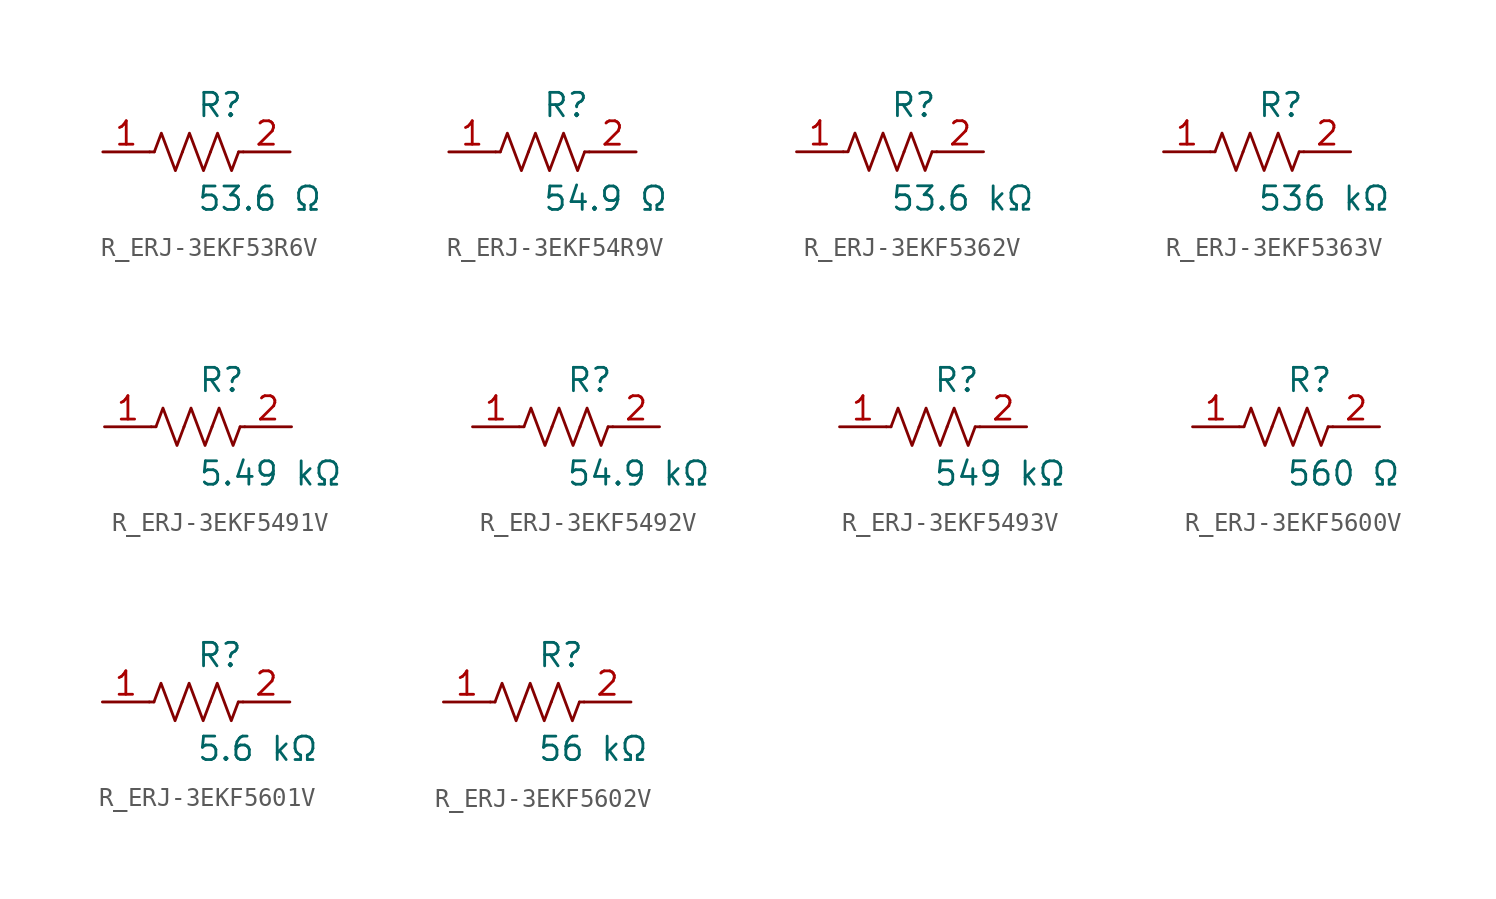
<source format=kicad_sym>
(kicad_symbol_lib
  (version 20231120)
  (generator kicad_symbol_editor)
  (generator_version 8.0)
  (symbol "R_ERJ-3EKF53R6V"
    (pin_names
      (offset 0.254))
    (property "Reference" "R"
      (at 0.0 2.54 0)
      (effects (font (size 1.27 1.27)) (justify left)))
    (property "Value" "53.6 Ω"
      (at 0.0 -2.54 0)
      (effects (font (size 1.27 1.27)) (justify left)))
    (symbol "R_ERJ-3EKF53R6V_0_1"
      (polyline (pts (xy 2.286 0) (xy 2.54 0)) (stroke (width 0) (type default)) (fill (type none)))
      (polyline (pts (xy -2.286 0) (xy -2.54 0)) (stroke (width 0) (type default)) (fill (type none)))
      (polyline (pts (xy 0.762 0) (xy 1.143 1.016) (xy 1.524 0) (xy 1.905 -1.016) (xy 2.286 0)) (stroke (width 0) (type default)) (fill (type none)))
      (polyline (pts (xy -0.762 0) (xy -0.381 1.016) (xy 0 0) (xy 0.381 -1.016) (xy 0.762 0)) (stroke (width 0) (type default)) (fill (type none)))
      (polyline (pts (xy -2.286 0) (xy -1.905 1.016) (xy -1.524 0) (xy -1.143 -1.016) (xy -0.762 0)) (stroke (width 0) (type default)) (fill (type none))))
    (pin unspecified line
      (at -5.08 0 0)
      (length 2.54)
      (name "" (effects (font (size 1.27 1.27))))
      (number "1" (effects (font (size 1.27 1.27)))))
    (pin unspecified line
      (at 5.08 0 180)
      (length 2.54)
      (name "" (effects (font (size 1.27 1.27))))
      (number "2" (effects (font (size 1.27 1.27))))))
  (symbol "R_ERJ-3EKF54R9V"
    (pin_names
      (offset 0.254))
    (property "Reference" "R"
      (at 0.0 2.54 0)
      (effects (font (size 1.27 1.27)) (justify left)))
    (property "Value" "54.9 Ω"
      (at 0.0 -2.54 0)
      (effects (font (size 1.27 1.27)) (justify left)))
    (symbol "R_ERJ-3EKF54R9V_0_1"
      (polyline (pts (xy 2.286 0) (xy 2.54 0)) (stroke (width 0) (type default)) (fill (type none)))
      (polyline (pts (xy -2.286 0) (xy -2.54 0)) (stroke (width 0) (type default)) (fill (type none)))
      (polyline (pts (xy 0.762 0) (xy 1.143 1.016) (xy 1.524 0) (xy 1.905 -1.016) (xy 2.286 0)) (stroke (width 0) (type default)) (fill (type none)))
      (polyline (pts (xy -0.762 0) (xy -0.381 1.016) (xy 0 0) (xy 0.381 -1.016) (xy 0.762 0)) (stroke (width 0) (type default)) (fill (type none)))
      (polyline (pts (xy -2.286 0) (xy -1.905 1.016) (xy -1.524 0) (xy -1.143 -1.016) (xy -0.762 0)) (stroke (width 0) (type default)) (fill (type none))))
    (pin unspecified line
      (at -5.08 0 0)
      (length 2.54)
      (name "" (effects (font (size 1.27 1.27))))
      (number "1" (effects (font (size 1.27 1.27)))))
    (pin unspecified line
      (at 5.08 0 180)
      (length 2.54)
      (name "" (effects (font (size 1.27 1.27))))
      (number "2" (effects (font (size 1.27 1.27))))))
  (symbol "R_ERJ-3EKF5362V"
    (pin_names
      (offset 0.254))
    (property "Reference" "R"
      (at 0.0 2.54 0)
      (effects (font (size 1.27 1.27)) (justify left)))
    (property "Value" "53.6 kΩ"
      (at 0.0 -2.54 0)
      (effects (font (size 1.27 1.27)) (justify left)))
    (symbol "R_ERJ-3EKF5362V_0_1"
      (polyline (pts (xy 2.286 0) (xy 2.54 0)) (stroke (width 0) (type default)) (fill (type none)))
      (polyline (pts (xy -2.286 0) (xy -2.54 0)) (stroke (width 0) (type default)) (fill (type none)))
      (polyline (pts (xy 0.762 0) (xy 1.143 1.016) (xy 1.524 0) (xy 1.905 -1.016) (xy 2.286 0)) (stroke (width 0) (type default)) (fill (type none)))
      (polyline (pts (xy -0.762 0) (xy -0.381 1.016) (xy 0 0) (xy 0.381 -1.016) (xy 0.762 0)) (stroke (width 0) (type default)) (fill (type none)))
      (polyline (pts (xy -2.286 0) (xy -1.905 1.016) (xy -1.524 0) (xy -1.143 -1.016) (xy -0.762 0)) (stroke (width 0) (type default)) (fill (type none))))
    (pin unspecified line
      (at -5.08 0 0)
      (length 2.54)
      (name "" (effects (font (size 1.27 1.27))))
      (number "1" (effects (font (size 1.27 1.27)))))
    (pin unspecified line
      (at 5.08 0 180)
      (length 2.54)
      (name "" (effects (font (size 1.27 1.27))))
      (number "2" (effects (font (size 1.27 1.27))))))
  (symbol "R_ERJ-3EKF5363V"
    (pin_names
      (offset 0.254))
    (property "Reference" "R"
      (at 0.0 2.54 0)
      (effects (font (size 1.27 1.27)) (justify left)))
    (property "Value" "536 kΩ"
      (at 0.0 -2.54 0)
      (effects (font (size 1.27 1.27)) (justify left)))
    (symbol "R_ERJ-3EKF5363V_0_1"
      (polyline (pts (xy 2.286 0) (xy 2.54 0)) (stroke (width 0) (type default)) (fill (type none)))
      (polyline (pts (xy -2.286 0) (xy -2.54 0)) (stroke (width 0) (type default)) (fill (type none)))
      (polyline (pts (xy 0.762 0) (xy 1.143 1.016) (xy 1.524 0) (xy 1.905 -1.016) (xy 2.286 0)) (stroke (width 0) (type default)) (fill (type none)))
      (polyline (pts (xy -0.762 0) (xy -0.381 1.016) (xy 0 0) (xy 0.381 -1.016) (xy 0.762 0)) (stroke (width 0) (type default)) (fill (type none)))
      (polyline (pts (xy -2.286 0) (xy -1.905 1.016) (xy -1.524 0) (xy -1.143 -1.016) (xy -0.762 0)) (stroke (width 0) (type default)) (fill (type none))))
    (pin unspecified line
      (at -5.08 0 0)
      (length 2.54)
      (name "" (effects (font (size 1.27 1.27))))
      (number "1" (effects (font (size 1.27 1.27)))))
    (pin unspecified line
      (at 5.08 0 180)
      (length 2.54)
      (name "" (effects (font (size 1.27 1.27))))
      (number "2" (effects (font (size 1.27 1.27))))))
  (symbol "R_ERJ-3EKF5491V"
    (pin_names
      (offset 0.254))
    (property "Reference" "R"
      (at 0.0 2.54 0)
      (effects (font (size 1.27 1.27)) (justify left)))
    (property "Value" "5.49 kΩ"
      (at 0.0 -2.54 0)
      (effects (font (size 1.27 1.27)) (justify left)))
    (symbol "R_ERJ-3EKF5491V_0_1"
      (polyline (pts (xy 2.286 0) (xy 2.54 0)) (stroke (width 0) (type default)) (fill (type none)))
      (polyline (pts (xy -2.286 0) (xy -2.54 0)) (stroke (width 0) (type default)) (fill (type none)))
      (polyline (pts (xy 0.762 0) (xy 1.143 1.016) (xy 1.524 0) (xy 1.905 -1.016) (xy 2.286 0)) (stroke (width 0) (type default)) (fill (type none)))
      (polyline (pts (xy -0.762 0) (xy -0.381 1.016) (xy 0 0) (xy 0.381 -1.016) (xy 0.762 0)) (stroke (width 0) (type default)) (fill (type none)))
      (polyline (pts (xy -2.286 0) (xy -1.905 1.016) (xy -1.524 0) (xy -1.143 -1.016) (xy -0.762 0)) (stroke (width 0) (type default)) (fill (type none))))
    (pin unspecified line
      (at -5.08 0 0)
      (length 2.54)
      (name "" (effects (font (size 1.27 1.27))))
      (number "1" (effects (font (size 1.27 1.27)))))
    (pin unspecified line
      (at 5.08 0 180)
      (length 2.54)
      (name "" (effects (font (size 1.27 1.27))))
      (number "2" (effects (font (size 1.27 1.27))))))
  (symbol "R_ERJ-3EKF5492V"
    (pin_names
      (offset 0.254))
    (property "Reference" "R"
      (at 0.0 2.54 0)
      (effects (font (size 1.27 1.27)) (justify left)))
    (property "Value" "54.9 kΩ"
      (at 0.0 -2.54 0)
      (effects (font (size 1.27 1.27)) (justify left)))
    (symbol "R_ERJ-3EKF5492V_0_1"
      (polyline (pts (xy 2.286 0) (xy 2.54 0)) (stroke (width 0) (type default)) (fill (type none)))
      (polyline (pts (xy -2.286 0) (xy -2.54 0)) (stroke (width 0) (type default)) (fill (type none)))
      (polyline (pts (xy 0.762 0) (xy 1.143 1.016) (xy 1.524 0) (xy 1.905 -1.016) (xy 2.286 0)) (stroke (width 0) (type default)) (fill (type none)))
      (polyline (pts (xy -0.762 0) (xy -0.381 1.016) (xy 0 0) (xy 0.381 -1.016) (xy 0.762 0)) (stroke (width 0) (type default)) (fill (type none)))
      (polyline (pts (xy -2.286 0) (xy -1.905 1.016) (xy -1.524 0) (xy -1.143 -1.016) (xy -0.762 0)) (stroke (width 0) (type default)) (fill (type none))))
    (pin unspecified line
      (at -5.08 0 0)
      (length 2.54)
      (name "" (effects (font (size 1.27 1.27))))
      (number "1" (effects (font (size 1.27 1.27)))))
    (pin unspecified line
      (at 5.08 0 180)
      (length 2.54)
      (name "" (effects (font (size 1.27 1.27))))
      (number "2" (effects (font (size 1.27 1.27))))))
  (symbol "R_ERJ-3EKF5493V"
    (pin_names
      (offset 0.254))
    (property "Reference" "R"
      (at 0.0 2.54 0)
      (effects (font (size 1.27 1.27)) (justify left)))
    (property "Value" "549 kΩ"
      (at 0.0 -2.54 0)
      (effects (font (size 1.27 1.27)) (justify left)))
    (symbol "R_ERJ-3EKF5493V_0_1"
      (polyline (pts (xy 2.286 0) (xy 2.54 0)) (stroke (width 0) (type default)) (fill (type none)))
      (polyline (pts (xy -2.286 0) (xy -2.54 0)) (stroke (width 0) (type default)) (fill (type none)))
      (polyline (pts (xy 0.762 0) (xy 1.143 1.016) (xy 1.524 0) (xy 1.905 -1.016) (xy 2.286 0)) (stroke (width 0) (type default)) (fill (type none)))
      (polyline (pts (xy -0.762 0) (xy -0.381 1.016) (xy 0 0) (xy 0.381 -1.016) (xy 0.762 0)) (stroke (width 0) (type default)) (fill (type none)))
      (polyline (pts (xy -2.286 0) (xy -1.905 1.016) (xy -1.524 0) (xy -1.143 -1.016) (xy -0.762 0)) (stroke (width 0) (type default)) (fill (type none))))
    (pin unspecified line
      (at -5.08 0 0)
      (length 2.54)
      (name "" (effects (font (size 1.27 1.27))))
      (number "1" (effects (font (size 1.27 1.27)))))
    (pin unspecified line
      (at 5.08 0 180)
      (length 2.54)
      (name "" (effects (font (size 1.27 1.27))))
      (number "2" (effects (font (size 1.27 1.27))))))
  (symbol "R_ERJ-3EKF5600V"
    (pin_names
      (offset 0.254))
    (property "Reference" "R"
      (at 0.0 2.54 0)
      (effects (font (size 1.27 1.27)) (justify left)))
    (property "Value" "560 Ω"
      (at 0.0 -2.54 0)
      (effects (font (size 1.27 1.27)) (justify left)))
    (symbol "R_ERJ-3EKF5600V_0_1"
      (polyline (pts (xy 2.286 0) (xy 2.54 0)) (stroke (width 0) (type default)) (fill (type none)))
      (polyline (pts (xy -2.286 0) (xy -2.54 0)) (stroke (width 0) (type default)) (fill (type none)))
      (polyline (pts (xy 0.762 0) (xy 1.143 1.016) (xy 1.524 0) (xy 1.905 -1.016) (xy 2.286 0)) (stroke (width 0) (type default)) (fill (type none)))
      (polyline (pts (xy -0.762 0) (xy -0.381 1.016) (xy 0 0) (xy 0.381 -1.016) (xy 0.762 0)) (stroke (width 0) (type default)) (fill (type none)))
      (polyline (pts (xy -2.286 0) (xy -1.905 1.016) (xy -1.524 0) (xy -1.143 -1.016) (xy -0.762 0)) (stroke (width 0) (type default)) (fill (type none))))
    (pin unspecified line
      (at -5.08 0 0)
      (length 2.54)
      (name "" (effects (font (size 1.27 1.27))))
      (number "1" (effects (font (size 1.27 1.27)))))
    (pin unspecified line
      (at 5.08 0 180)
      (length 2.54)
      (name "" (effects (font (size 1.27 1.27))))
      (number "2" (effects (font (size 1.27 1.27))))))
  (symbol "R_ERJ-3EKF5601V"
    (pin_names
      (offset 0.254))
    (property "Reference" "R"
      (at 0.0 2.54 0)
      (effects (font (size 1.27 1.27)) (justify left)))
    (property "Value" "5.6 kΩ"
      (at 0.0 -2.54 0)
      (effects (font (size 1.27 1.27)) (justify left)))
    (symbol "R_ERJ-3EKF5601V_0_1"
      (polyline (pts (xy 2.286 0) (xy 2.54 0)) (stroke (width 0) (type default)) (fill (type none)))
      (polyline (pts (xy -2.286 0) (xy -2.54 0)) (stroke (width 0) (type default)) (fill (type none)))
      (polyline (pts (xy 0.762 0) (xy 1.143 1.016) (xy 1.524 0) (xy 1.905 -1.016) (xy 2.286 0)) (stroke (width 0) (type default)) (fill (type none)))
      (polyline (pts (xy -0.762 0) (xy -0.381 1.016) (xy 0 0) (xy 0.381 -1.016) (xy 0.762 0)) (stroke (width 0) (type default)) (fill (type none)))
      (polyline (pts (xy -2.286 0) (xy -1.905 1.016) (xy -1.524 0) (xy -1.143 -1.016) (xy -0.762 0)) (stroke (width 0) (type default)) (fill (type none))))
    (pin unspecified line
      (at -5.08 0 0)
      (length 2.54)
      (name "" (effects (font (size 1.27 1.27))))
      (number "1" (effects (font (size 1.27 1.27)))))
    (pin unspecified line
      (at 5.08 0 180)
      (length 2.54)
      (name "" (effects (font (size 1.27 1.27))))
      (number "2" (effects (font (size 1.27 1.27))))))
  (symbol "R_ERJ-3EKF5602V"
    (pin_names
      (offset 0.254))
    (property "Reference" "R"
      (at 0.0 2.54 0)
      (effects (font (size 1.27 1.27)) (justify left)))
    (property "Value" "56 kΩ"
      (at 0.0 -2.54 0)
      (effects (font (size 1.27 1.27)) (justify left)))
    (symbol "R_ERJ-3EKF5602V_0_1"
      (polyline (pts (xy 2.286 0) (xy 2.54 0)) (stroke (width 0) (type default)) (fill (type none)))
      (polyline (pts (xy -2.286 0) (xy -2.54 0)) (stroke (width 0) (type default)) (fill (type none)))
      (polyline (pts (xy 0.762 0) (xy 1.143 1.016) (xy 1.524 0) (xy 1.905 -1.016) (xy 2.286 0)) (stroke (width 0) (type default)) (fill (type none)))
      (polyline (pts (xy -0.762 0) (xy -0.381 1.016) (xy 0 0) (xy 0.381 -1.016) (xy 0.762 0)) (stroke (width 0) (type default)) (fill (type none)))
      (polyline (pts (xy -2.286 0) (xy -1.905 1.016) (xy -1.524 0) (xy -1.143 -1.016) (xy -0.762 0)) (stroke (width 0) (type default)) (fill (type none))))
    (pin unspecified line
      (at -5.08 0 0)
      (length 2.54)
      (name "" (effects (font (size 1.27 1.27))))
      (number "1" (effects (font (size 1.27 1.27)))))
    (pin unspecified line
      (at 5.08 0 180)
      (length 2.54)
      (name "" (effects (font (size 1.27 1.27))))
      (number "2" (effects (font (size 1.27 1.27)))))))
</source>
